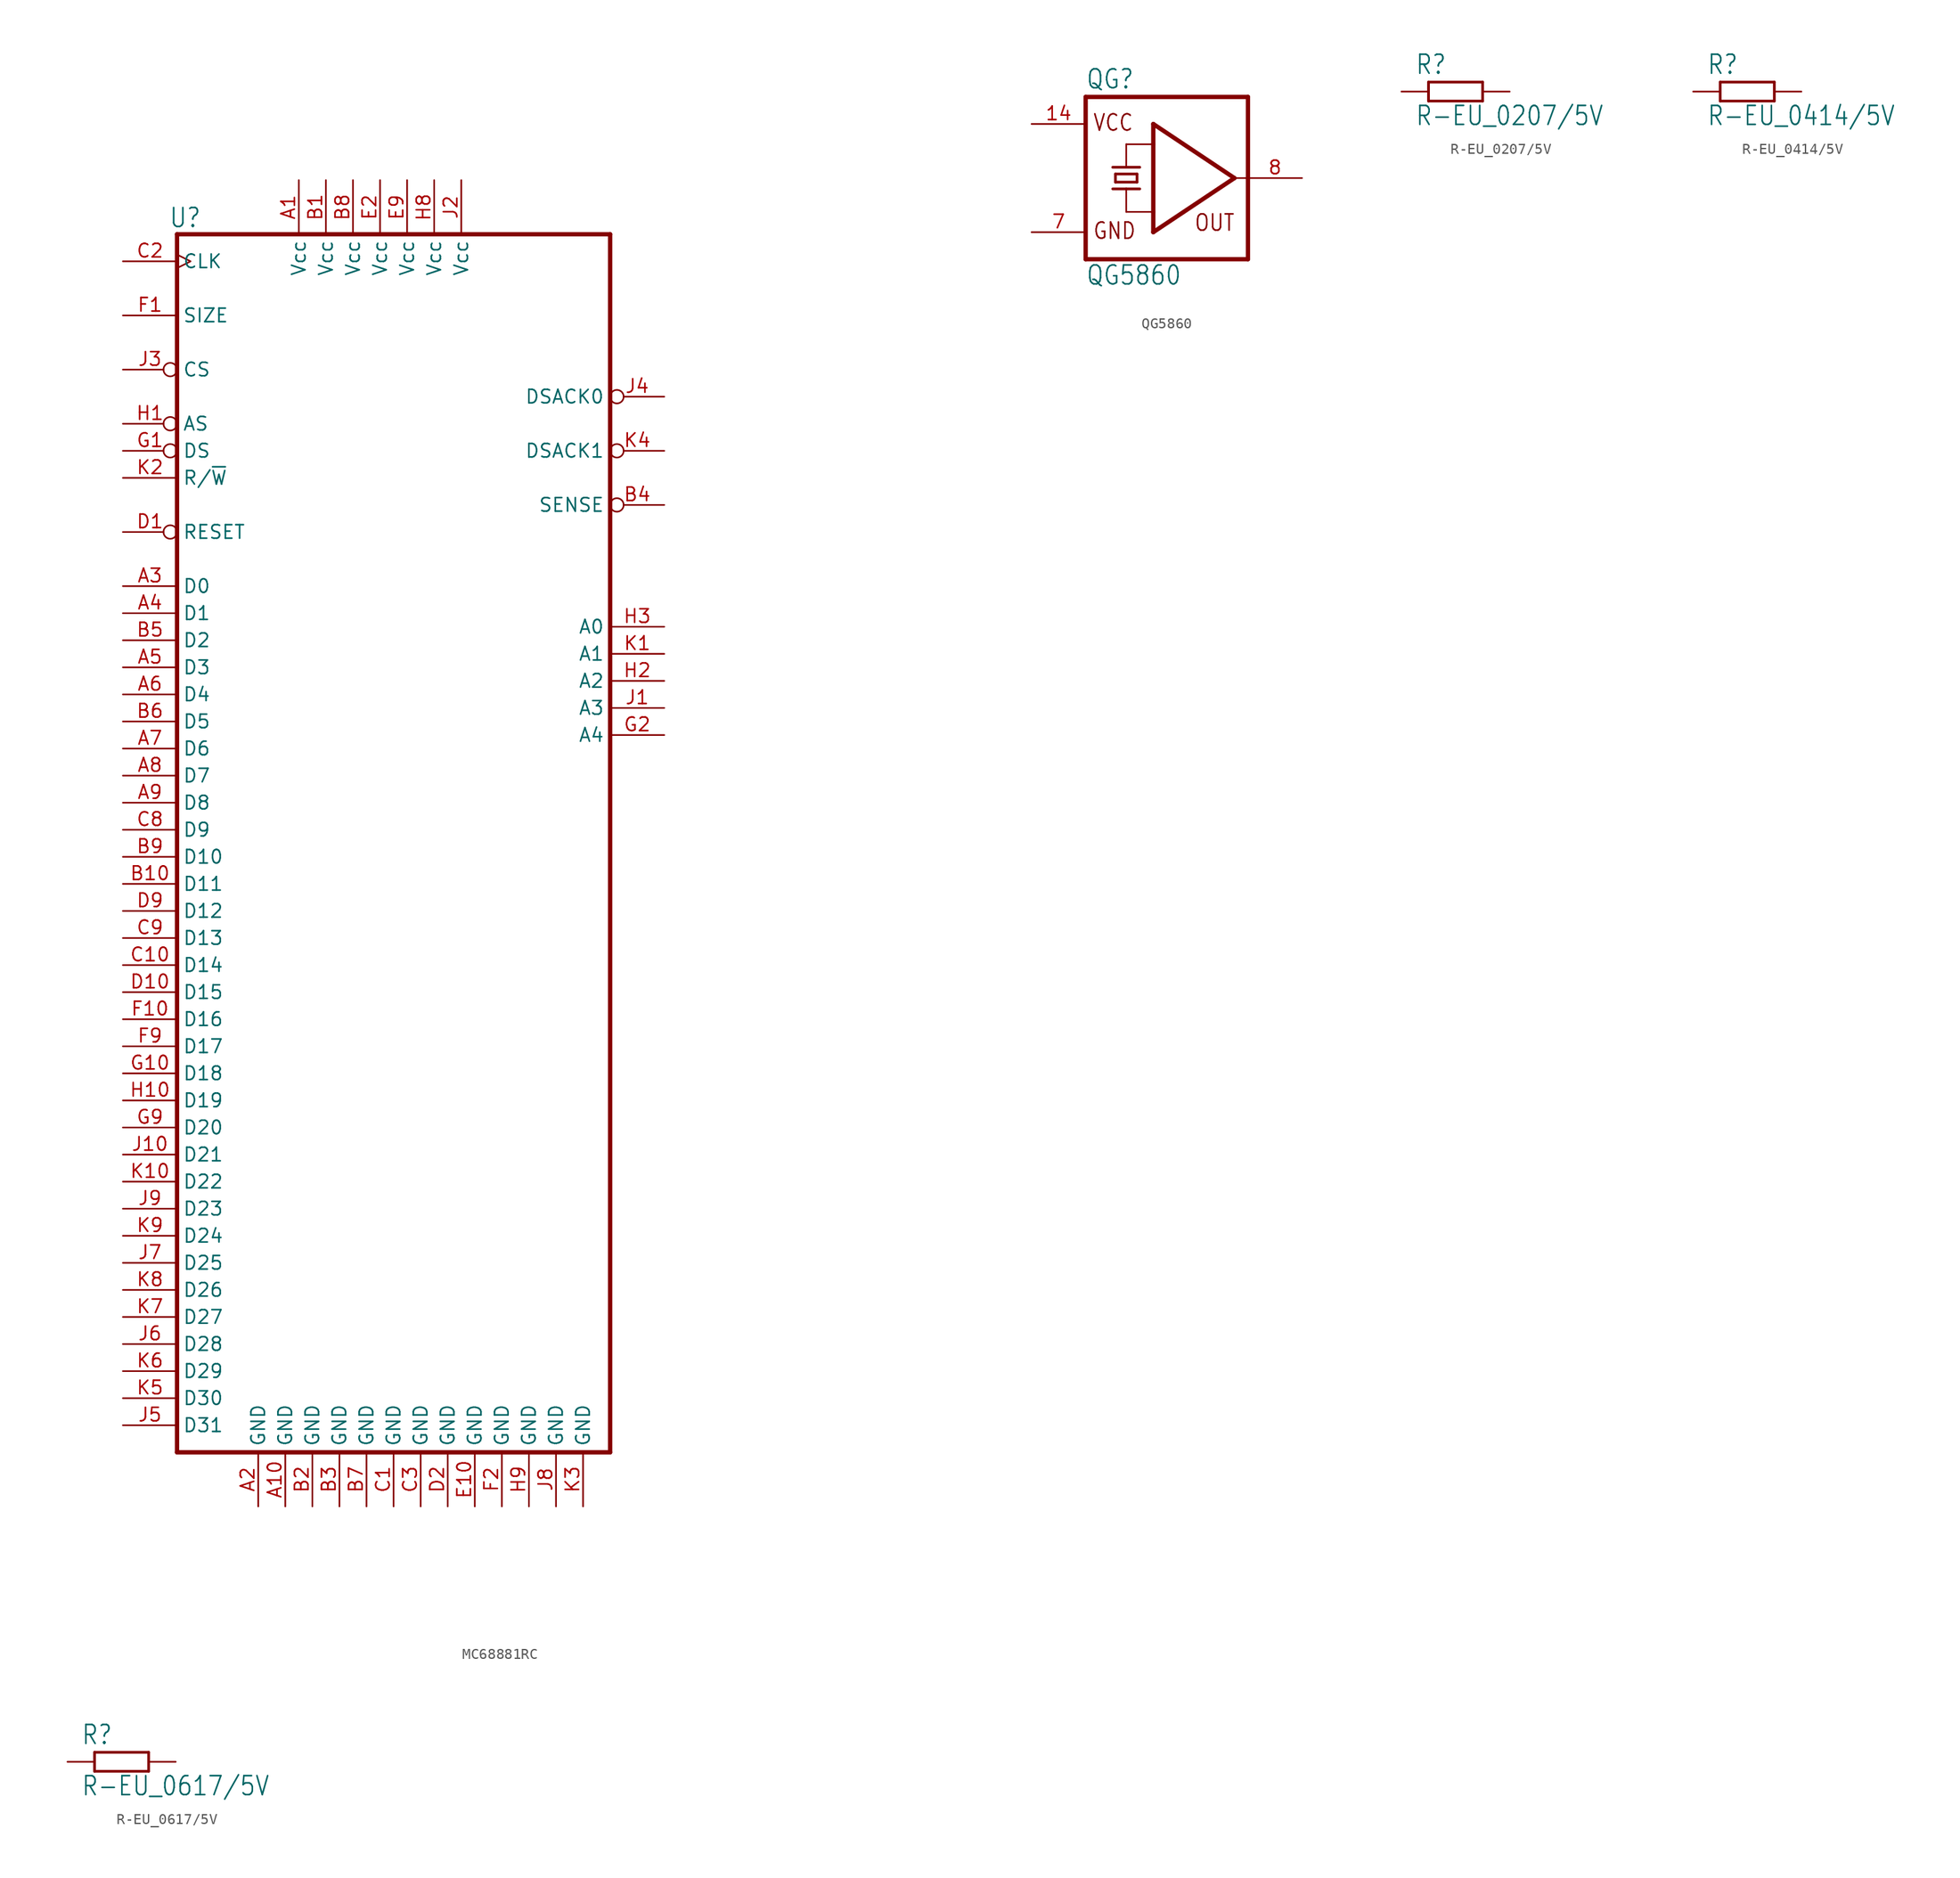
<source format=kicad_sym>
(kicad_symbol_lib
  (version 20231120)
  (generator "kicad_symbol_editor")
  (generator_version "8.0")
  (symbol "MC68881RC"
    (property "Reference" "U"
      (at -19.558 56.388 0)
      (effects (font (size 1.778 1.511)) (justify bottom)))
    (symbol "MC68881RC_1_0"
      (polyline (pts (xy -20.32 -58.42) (xy -20.32 55.88)) (stroke (width 0.406) (type default)) (fill (type none)))
      (polyline (pts (xy -20.32 -58.42) (xy 20.32 -58.42)) (stroke (width 0.406) (type default)) (fill (type none)))
      (polyline (pts (xy 20.32 55.88) (xy -20.32 55.88)) (stroke (width 0.406) (type default)) (fill (type none)))
      (polyline (pts (xy 20.32 55.88) (xy 20.32 -58.42)) (stroke (width 0.406) (type default)) (fill (type none)))
      (pin power_in line (at -8.89 60.96 270) (length 5.08) (name "Vcc" (effects (font (size 1.27 1.27)))) (number "A1" (effects (font (size 1.27 1.27)))))
      (pin power_in line (at -10.16 -63.5 90) (length 5.08) (name "GND" (effects (font (size 1.27 1.27)))) (number "A10" (effects (font (size 1.27 1.27)))))
      (pin power_in line (at -12.7 -63.5 90) (length 5.08) (name "GND" (effects (font (size 1.27 1.27)))) (number "A2" (effects (font (size 1.27 1.27)))))
      (pin bidirectional line (at -25.4 22.86 0) (length 5.08) (name "D0" (effects (font (size 1.27 1.27)))) (number "A3" (effects (font (size 1.27 1.27)))))
      (pin bidirectional line (at -25.4 20.32 0) (length 5.08) (name "D1" (effects (font (size 1.27 1.27)))) (number "A4" (effects (font (size 1.27 1.27)))))
      (pin bidirectional line (at -25.4 15.24 0) (length 5.08) (name "D3" (effects (font (size 1.27 1.27)))) (number "A5" (effects (font (size 1.27 1.27)))))
      (pin bidirectional line (at -25.4 12.7 0) (length 5.08) (name "D4" (effects (font (size 1.27 1.27)))) (number "A6" (effects (font (size 1.27 1.27)))))
      (pin bidirectional line (at -25.4 7.62 0) (length 5.08) (name "D6" (effects (font (size 1.27 1.27)))) (number "A7" (effects (font (size 1.27 1.27)))))
      (pin bidirectional line (at -25.4 5.08 0) (length 5.08) (name "D7" (effects (font (size 1.27 1.27)))) (number "A8" (effects (font (size 1.27 1.27)))))
      (pin bidirectional line (at -25.4 2.54 0) (length 5.08) (name "D8" (effects (font (size 1.27 1.27)))) (number "A9" (effects (font (size 1.27 1.27)))))
      (pin power_in line (at -6.35 60.96 270) (length 5.08) (name "Vcc" (effects (font (size 1.27 1.27)))) (number "B1" (effects (font (size 1.27 1.27)))))
      (pin bidirectional line (at -25.4 -5.08 0) (length 5.08) (name "D11" (effects (font (size 1.27 1.27)))) (number "B10" (effects (font (size 1.27 1.27)))))
      (pin power_in line (at -7.62 -63.5 90) (length 5.08) (name "GND" (effects (font (size 1.27 1.27)))) (number "B2" (effects (font (size 1.27 1.27)))))
      (pin power_in line (at -5.08 -63.5 90) (length 5.08) (name "GND" (effects (font (size 1.27 1.27)))) (number "B3" (effects (font (size 1.27 1.27)))))
      (pin bidirectional inverted (at 25.4 30.48 180) (length 5.08) (name "SENSE" (effects (font (size 1.27 1.27)))) (number "B4" (effects (font (size 1.27 1.27)))))
      (pin bidirectional line (at -25.4 17.78 0) (length 5.08) (name "D2" (effects (font (size 1.27 1.27)))) (number "B5" (effects (font (size 1.27 1.27)))))
      (pin bidirectional line (at -25.4 10.16 0) (length 5.08) (name "D5" (effects (font (size 1.27 1.27)))) (number "B6" (effects (font (size 1.27 1.27)))))
      (pin power_in line (at -2.54 -63.5 90) (length 5.08) (name "GND" (effects (font (size 1.27 1.27)))) (number "B7" (effects (font (size 1.27 1.27)))))
      (pin power_in line (at -3.81 60.96 270) (length 5.08) (name "Vcc" (effects (font (size 1.27 1.27)))) (number "B8" (effects (font (size 1.27 1.27)))))
      (pin bidirectional line (at -25.4 -2.54 0) (length 5.08) (name "D10" (effects (font (size 1.27 1.27)))) (number "B9" (effects (font (size 1.27 1.27)))))
      (pin power_in line (at 0 -63.5 90) (length 5.08) (name "GND" (effects (font (size 1.27 1.27)))) (number "C1" (effects (font (size 1.27 1.27)))))
      (pin bidirectional line (at -25.4 -12.7 0) (length 5.08) (name "D14" (effects (font (size 1.27 1.27)))) (number "C10" (effects (font (size 1.27 1.27)))))
      (pin input clock (at -25.4 53.34 0) (length 5.08) (name "CLK" (effects (font (size 1.27 1.27)))) (number "C2" (effects (font (size 1.27 1.27)))))
      (pin power_in line (at 2.54 -63.5 90) (length 5.08) (name "GND" (effects (font (size 1.27 1.27)))) (number "C3" (effects (font (size 1.27 1.27)))))
      (pin bidirectional line (at -25.4 0 0) (length 5.08) (name "D9" (effects (font (size 1.27 1.27)))) (number "C8" (effects (font (size 1.27 1.27)))))
      (pin bidirectional line (at -25.4 -10.16 0) (length 5.08) (name "D13" (effects (font (size 1.27 1.27)))) (number "C9" (effects (font (size 1.27 1.27)))))
      (pin input inverted (at -25.4 27.94 0) (length 5.08) (name "RESET" (effects (font (size 1.27 1.27)))) (number "D1" (effects (font (size 1.27 1.27)))))
      (pin bidirectional line (at -25.4 -15.24 0) (length 5.08) (name "D15" (effects (font (size 1.27 1.27)))) (number "D10" (effects (font (size 1.27 1.27)))))
      (pin power_in line (at 5.08 -63.5 90) (length 5.08) (name "GND" (effects (font (size 1.27 1.27)))) (number "D2" (effects (font (size 1.27 1.27)))))
      (pin no_connect line (at 45.72 12.7 180) (length 5.08) hide (name "NC" (effects (font (size 1.27 1.27)))) (number "D5" (effects (font (size 1.27 1.27)))))
      (pin bidirectional line (at -25.4 -7.62 0) (length 5.08) (name "D12" (effects (font (size 1.27 1.27)))) (number "D9" (effects (font (size 1.27 1.27)))))
      (pin power_in line (at 7.62 -63.5 90) (length 5.08) (name "GND" (effects (font (size 1.27 1.27)))) (number "E10" (effects (font (size 1.27 1.27)))))
      (pin no_connect line (at 45.72 12.7 180) (length 5.08) hide (name "NC" (effects (font (size 1.27 1.27)))) (number "E12" (effects (font (size 1.27 1.27)))))
      (pin power_in line (at -1.27 60.96 270) (length 5.08) (name "Vcc" (effects (font (size 1.27 1.27)))) (number "E2" (effects (font (size 1.27 1.27)))))
      (pin power_in line (at 1.27 60.96 270) (length 5.08) (name "Vcc" (effects (font (size 1.27 1.27)))) (number "E9" (effects (font (size 1.27 1.27)))))
      (pin input line (at -25.4 48.26 0) (length 5.08) (name "SIZE" (effects (font (size 1.27 1.27)))) (number "F1" (effects (font (size 1.27 1.27)))))
      (pin bidirectional line (at -25.4 -17.78 0) (length 5.08) (name "D16" (effects (font (size 1.27 1.27)))) (number "F10" (effects (font (size 1.27 1.27)))))
      (pin no_connect line (at 45.72 12.7 180) (length 5.08) hide (name "NC" (effects (font (size 1.27 1.27)))) (number "F10" (effects (font (size 1.27 1.27)))))
      (pin power_in line (at 10.16 -63.5 90) (length 5.08) (name "GND" (effects (font (size 1.27 1.27)))) (number "F2" (effects (font (size 1.27 1.27)))))
      (pin no_connect line (at 45.72 12.7 180) (length 5.08) hide (name "NC" (effects (font (size 1.27 1.27)))) (number "F4" (effects (font (size 1.27 1.27)))))
      (pin bidirectional line (at -25.4 -20.32 0) (length 5.08) (name "D17" (effects (font (size 1.27 1.27)))) (number "F9" (effects (font (size 1.27 1.27)))))
      (pin input inverted (at -25.4 35.56 0) (length 5.08) (name "DS" (effects (font (size 1.27 1.27)))) (number "G1" (effects (font (size 1.27 1.27)))))
      (pin bidirectional line (at -25.4 -22.86 0) (length 5.08) (name "D18" (effects (font (size 1.27 1.27)))) (number "G10" (effects (font (size 1.27 1.27)))))
      (pin input line (at 25.4 8.89 180) (length 5.08) (name "A4" (effects (font (size 1.27 1.27)))) (number "G2" (effects (font (size 1.27 1.27)))))
      (pin bidirectional line (at -25.4 -27.94 0) (length 5.08) (name "D20" (effects (font (size 1.27 1.27)))) (number "G9" (effects (font (size 1.27 1.27)))))
      (pin input inverted (at -25.4 38.1 0) (length 5.08) (name "AS" (effects (font (size 1.27 1.27)))) (number "H1" (effects (font (size 1.27 1.27)))))
      (pin bidirectional line (at -25.4 -25.4 0) (length 5.08) (name "D19" (effects (font (size 1.27 1.27)))) (number "H10" (effects (font (size 1.27 1.27)))))
      (pin input line (at 25.4 13.97 180) (length 5.08) (name "A2" (effects (font (size 1.27 1.27)))) (number "H2" (effects (font (size 1.27 1.27)))))
      (pin input line (at 25.4 19.05 180) (length 5.08) (name "A0" (effects (font (size 1.27 1.27)))) (number "H3" (effects (font (size 1.27 1.27)))))
      (pin power_in line (at 3.81 60.96 270) (length 5.08) (name "Vcc" (effects (font (size 1.27 1.27)))) (number "H8" (effects (font (size 1.27 1.27)))))
      (pin power_in line (at 12.7 -63.5 90) (length 5.08) (name "GND" (effects (font (size 1.27 1.27)))) (number "H9" (effects (font (size 1.27 1.27)))))
      (pin input line (at 25.4 11.43 180) (length 5.08) (name "A3" (effects (font (size 1.27 1.27)))) (number "J1" (effects (font (size 1.27 1.27)))))
      (pin bidirectional line (at -25.4 -30.48 0) (length 5.08) (name "D21" (effects (font (size 1.27 1.27)))) (number "J10" (effects (font (size 1.27 1.27)))))
      (pin power_in line (at 6.35 60.96 270) (length 5.08) (name "Vcc" (effects (font (size 1.27 1.27)))) (number "J2" (effects (font (size 1.27 1.27)))))
      (pin input inverted (at -25.4 43.18 0) (length 5.08) (name "CS" (effects (font (size 1.27 1.27)))) (number "J3" (effects (font (size 1.27 1.27)))))
      (pin output inverted (at 25.4 40.64 180) (length 5.08) (name "DSACK0" (effects (font (size 1.27 1.27)))) (number "J4" (effects (font (size 1.27 1.27)))))
      (pin bidirectional line (at -25.4 -55.88 0) (length 5.08) (name "D31" (effects (font (size 1.27 1.27)))) (number "J5" (effects (font (size 1.27 1.27)))))
      (pin bidirectional line (at -25.4 -48.26 0) (length 5.08) (name "D28" (effects (font (size 1.27 1.27)))) (number "J6" (effects (font (size 1.27 1.27)))))
      (pin bidirectional line (at -25.4 -40.64 0) (length 5.08) (name "D25" (effects (font (size 1.27 1.27)))) (number "J7" (effects (font (size 1.27 1.27)))))
      (pin power_in line (at 15.24 -63.5 90) (length 5.08) (name "GND" (effects (font (size 1.27 1.27)))) (number "J8" (effects (font (size 1.27 1.27)))))
      (pin bidirectional line (at -25.4 -35.56 0) (length 5.08) (name "D23" (effects (font (size 1.27 1.27)))) (number "J9" (effects (font (size 1.27 1.27)))))
      (pin input line (at 25.4 16.51 180) (length 5.08) (name "A1" (effects (font (size 1.27 1.27)))) (number "K1" (effects (font (size 1.27 1.27)))))
      (pin bidirectional line (at -25.4 -33.02 0) (length 5.08) (name "D22" (effects (font (size 1.27 1.27)))) (number "K10" (effects (font (size 1.27 1.27)))))
      (pin input line (at -25.4 33.02 0) (length 5.08) (name "R/~{W}" (effects (font (size 1.27 1.27)))) (number "K2" (effects (font (size 1.27 1.27)))))
      (pin power_in line (at 17.78 -63.5 90) (length 5.08) (name "GND" (effects (font (size 1.27 1.27)))) (number "K3" (effects (font (size 1.27 1.27)))))
      (pin output inverted (at 25.4 35.56 180) (length 5.08) (name "DSACK1" (effects (font (size 1.27 1.27)))) (number "K4" (effects (font (size 1.27 1.27)))))
      (pin bidirectional line (at -25.4 -53.34 0) (length 5.08) (name "D30" (effects (font (size 1.27 1.27)))) (number "K5" (effects (font (size 1.27 1.27)))))
      (pin no_connect line (at 45.72 12.7 180) (length 5.08) hide (name "NC" (effects (font (size 1.27 1.27)))) (number "K5" (effects (font (size 1.27 1.27)))))
      (pin bidirectional line (at -25.4 -50.8 0) (length 5.08) (name "D29" (effects (font (size 1.27 1.27)))) (number "K6" (effects (font (size 1.27 1.27)))))
      (pin bidirectional line (at -25.4 -45.72 0) (length 5.08) (name "D27" (effects (font (size 1.27 1.27)))) (number "K7" (effects (font (size 1.27 1.27)))))
      (pin bidirectional line (at -25.4 -43.18 0) (length 5.08) (name "D26" (effects (font (size 1.27 1.27)))) (number "K8" (effects (font (size 1.27 1.27)))))
      (pin bidirectional line (at -25.4 -38.1 0) (length 5.08) (name "D24" (effects (font (size 1.27 1.27)))) (number "K9" (effects (font (size 1.27 1.27)))))))
  (symbol "QG5860"
    (property "Reference" "QG"
      (at -7.62 8.255 0)
      (effects (font (size 1.778 1.511)) (justify left bottom)))
    (property "Value" "QG5860"
      (at -7.62 -10.16 0)
      (effects (font (size 1.778 1.511)) (justify left bottom)))
    (property "ki_locked" ""
      (at 0 0 0)
      (effects (font (size 1.27 1.27))))
    (symbol "QG5860_1_0"
      (polyline (pts (xy -7.62 7.62) (xy -7.62 -7.62)) (stroke (width 0.406) (type default)) (fill (type none)))
      (polyline (pts (xy -7.62 7.62) (xy 7.62 7.62)) (stroke (width 0.406) (type default)) (fill (type none)))
      (polyline (pts (xy -5.08 -1.016) (xy -3.81 -1.016)) (stroke (width 0.254) (type default)) (fill (type none)))
      (polyline (pts (xy -5.08 1.016) (xy -2.54 1.016)) (stroke (width 0.254) (type default)) (fill (type none)))
      (polyline (pts (xy -4.826 -0.381) (xy -4.826 0.381)) (stroke (width 0.254) (type default)) (fill (type none)))
      (polyline (pts (xy -4.826 -0.381) (xy -2.794 -0.381)) (stroke (width 0.254) (type default)) (fill (type none)))
      (polyline (pts (xy -4.826 0.381) (xy -2.794 0.381)) (stroke (width 0.254) (type default)) (fill (type none)))
      (polyline (pts (xy -3.81 -3.175) (xy -3.81 -1.016)) (stroke (width 0.152) (type default)) (fill (type none)))
      (polyline (pts (xy -3.81 -3.175) (xy -1.27 -3.175)) (stroke (width 0.152) (type default)) (fill (type none)))
      (polyline (pts (xy -3.81 -1.016) (xy -2.54 -1.016)) (stroke (width 0.254) (type default)) (fill (type none)))
      (polyline (pts (xy -3.81 1.016) (xy -3.81 3.175)) (stroke (width 0.152) (type default)) (fill (type none)))
      (polyline (pts (xy -3.81 3.175) (xy -1.27 3.175)) (stroke (width 0.152) (type default)) (fill (type none)))
      (polyline (pts (xy -2.794 0.381) (xy -2.794 -0.381)) (stroke (width 0.254) (type default)) (fill (type none)))
      (polyline (pts (xy -1.27 -5.08) (xy -1.27 -3.175)) (stroke (width 0.406) (type default)) (fill (type none)))
      (polyline (pts (xy -1.27 -3.175) (xy -1.27 3.175)) (stroke (width 0.406) (type default)) (fill (type none)))
      (polyline (pts (xy -1.27 3.175) (xy -1.27 5.08)) (stroke (width 0.406) (type default)) (fill (type none)))
      (polyline (pts (xy -1.27 5.08) (xy 6.35 0)) (stroke (width 0.406) (type default)) (fill (type none)))
      (polyline (pts (xy 6.35 0) (xy -1.27 -5.08)) (stroke (width 0.406) (type default)) (fill (type none)))
      (polyline (pts (xy 6.35 0) (xy 7.62 0)) (stroke (width 0.152) (type default)) (fill (type none)))
      (polyline (pts (xy 7.62 -7.62) (xy -7.62 -7.62)) (stroke (width 0.406) (type default)) (fill (type none)))
      (polyline (pts (xy 7.62 -7.62) (xy 7.62 0)) (stroke (width 0.406) (type default)) (fill (type none)))
      (polyline (pts (xy 7.62 0) (xy 7.62 7.62)) (stroke (width 0.406) (type default)) (fill (type none)))
      (text "GND" (at -6.985 -5.842 0) (effects (font (size 1.524 1.295)) (justify left bottom)))
      (text "OUT" (at 2.54 -5.08 0) (effects (font (size 1.524 1.295)) (justify left bottom)))
      (text "VCC" (at -6.985 4.318 0) (effects (font (size 1.524 1.295)) (justify left bottom)))
      (pin no_connect line (at -12.7 1.27 0) (length 5.08) hide (name "NC" (effects (font (size 1.27 1.27)))) (number "1" (effects (font (size 1.27 1.27)))))
      (pin power_in line (at -12.7 5.08 0) (length 5.08) (name "VCC" (effects (font (size 0 0)))) (number "14" (effects (font (size 1.27 1.27)))))
      (pin power_in line (at -12.7 -5.08 0) (length 5.08) (name "GND" (effects (font (size 0 0)))) (number "7" (effects (font (size 1.27 1.27)))))
      (pin output line (at 12.7 0 180) (length 5.08) (name "OUT" (effects (font (size 0 0)))) (number "8" (effects (font (size 1.27 1.27)))))))
  (symbol "R-EU_0207/5V"
    (property "Reference" "R"
      (at -3.81 1.499 0)
      (effects (font (size 1.778 1.511)) (justify left bottom)))
    (property "Value" "R-EU_0207{slash}5V"
      (at -3.81 -3.302 0)
      (effects (font (size 1.778 1.511)) (justify left bottom)))
    (property "ki_locked" ""
      (at 0 0 0)
      (effects (font (size 1.27 1.27))))
    (symbol "R-EU_0207/5V_1_0"
      (polyline (pts (xy -2.54 -0.889) (xy -2.54 0.889)) (stroke (width 0.254) (type default)) (fill (type none)))
      (polyline (pts (xy -2.54 -0.889) (xy 2.54 -0.889)) (stroke (width 0.254) (type default)) (fill (type none)))
      (polyline (pts (xy 2.54 -0.889) (xy 2.54 0.889)) (stroke (width 0.254) (type default)) (fill (type none)))
      (polyline (pts (xy 2.54 0.889) (xy -2.54 0.889)) (stroke (width 0.254) (type default)) (fill (type none)))
      (pin passive line (at -5.08 0 0) (length 2.54) (name "1" (effects (font (size 0 0)))) (number "1" (effects (font (size 0 0)))))
      (pin passive line (at 5.08 0 180) (length 2.54) (name "2" (effects (font (size 0 0)))) (number "2" (effects (font (size 0 0)))))))
  (symbol "R-EU_0414/5V"
    (property "Reference" "R"
      (at -3.81 1.499 0)
      (effects (font (size 1.778 1.511)) (justify left bottom)))
    (property "Value" "R-EU_0414{slash}5V"
      (at -3.81 -3.302 0)
      (effects (font (size 1.778 1.511)) (justify left bottom)))
    (property "ki_locked" ""
      (at 0 0 0)
      (effects (font (size 1.27 1.27))))
    (symbol "R-EU_0414/5V_1_0"
      (polyline (pts (xy -2.54 -0.889) (xy -2.54 0.889)) (stroke (width 0.254) (type default)) (fill (type none)))
      (polyline (pts (xy -2.54 -0.889) (xy 2.54 -0.889)) (stroke (width 0.254) (type default)) (fill (type none)))
      (polyline (pts (xy 2.54 -0.889) (xy 2.54 0.889)) (stroke (width 0.254) (type default)) (fill (type none)))
      (polyline (pts (xy 2.54 0.889) (xy -2.54 0.889)) (stroke (width 0.254) (type default)) (fill (type none)))
      (pin passive line (at -5.08 0 0) (length 2.54) (name "1" (effects (font (size 0 0)))) (number "1" (effects (font (size 0 0)))))
      (pin passive line (at 5.08 0 180) (length 2.54) (name "2" (effects (font (size 0 0)))) (number "2" (effects (font (size 0 0)))))))
  (symbol "R-EU_0617/5V"
    (property "Reference" "R"
      (at -3.81 1.499 0)
      (effects (font (size 1.778 1.511)) (justify left bottom)))
    (property "Value" "R-EU_0617{slash}5V"
      (at -3.81 -3.302 0)
      (effects (font (size 1.778 1.511)) (justify left bottom)))
    (property "ki_locked" ""
      (at 0 0 0)
      (effects (font (size 1.27 1.27))))
    (symbol "R-EU_0617/5V_1_0"
      (polyline (pts (xy -2.54 -0.889) (xy -2.54 0.889)) (stroke (width 0.254) (type default)) (fill (type none)))
      (polyline (pts (xy -2.54 -0.889) (xy 2.54 -0.889)) (stroke (width 0.254) (type default)) (fill (type none)))
      (polyline (pts (xy 2.54 -0.889) (xy 2.54 0.889)) (stroke (width 0.254) (type default)) (fill (type none)))
      (polyline (pts (xy 2.54 0.889) (xy -2.54 0.889)) (stroke (width 0.254) (type default)) (fill (type none)))
      (pin passive line (at -5.08 0 0) (length 2.54) (name "1" (effects (font (size 0 0)))) (number "1" (effects (font (size 0 0)))))
      (pin passive line (at 5.08 0 180) (length 2.54) (name "2" (effects (font (size 0 0)))) (number "2" (effects (font (size 0 0))))))))
</source>
